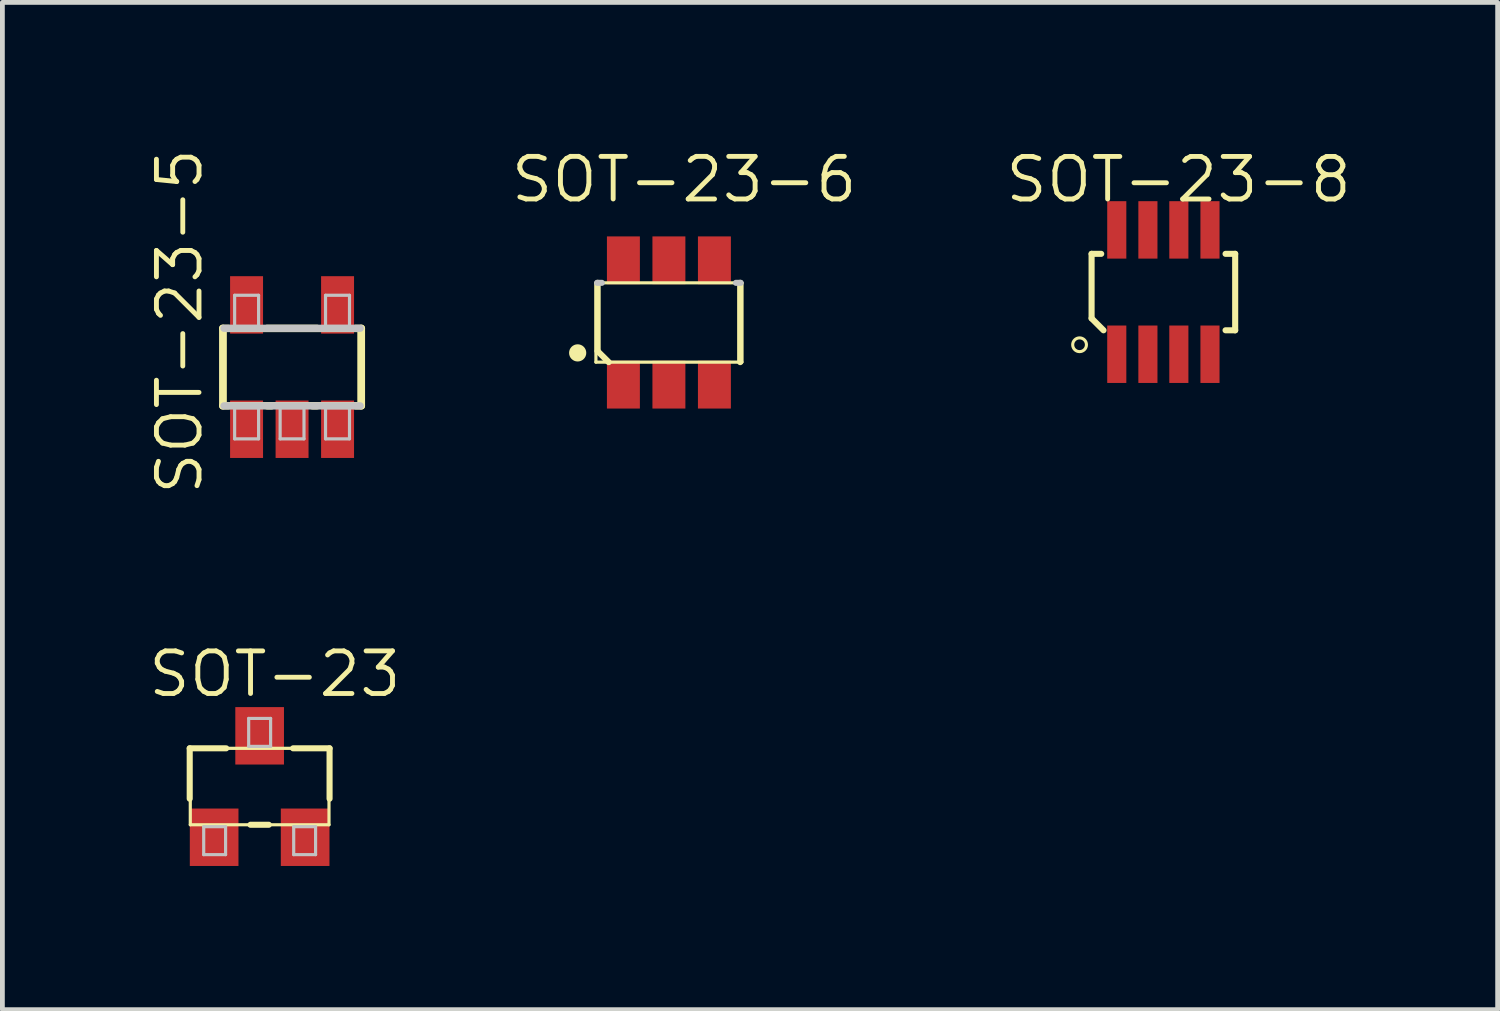
<source format=kicad_pcb>
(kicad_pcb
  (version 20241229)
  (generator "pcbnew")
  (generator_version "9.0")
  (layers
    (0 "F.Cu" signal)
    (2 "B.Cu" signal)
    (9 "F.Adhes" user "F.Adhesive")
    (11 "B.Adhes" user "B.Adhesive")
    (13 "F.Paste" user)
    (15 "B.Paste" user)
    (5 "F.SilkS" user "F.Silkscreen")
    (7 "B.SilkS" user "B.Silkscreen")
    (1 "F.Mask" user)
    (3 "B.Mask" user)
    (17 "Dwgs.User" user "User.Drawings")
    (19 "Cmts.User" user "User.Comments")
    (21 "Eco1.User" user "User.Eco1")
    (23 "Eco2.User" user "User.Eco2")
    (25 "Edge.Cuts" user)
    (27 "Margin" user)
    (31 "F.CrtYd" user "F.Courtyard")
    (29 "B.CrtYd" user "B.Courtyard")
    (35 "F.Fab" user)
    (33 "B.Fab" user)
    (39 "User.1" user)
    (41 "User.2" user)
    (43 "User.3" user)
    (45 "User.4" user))
  (footprint "SOT-23-6"
    (layer "F.Cu")
    (at 10.916 3.683)
    (property "Reference" "SOT-23-6" (at 0.318 -2.985 0) (layer "F.SilkS") (effects (font (size 0.889 0.889) (thickness 0.102))))
    (attr smd)
    (fp_line (start -1.524 -0.828) (end 1.524 -0.828) (stroke (width 0.066) (type solid)) (layer "F.SilkS"))
    (fp_line (start -1.524 0.828) (end -1.524 -0.828) (stroke (width 0.066) (type solid)) (layer "F.SilkS"))
    (fp_line (start -1.524 0.828) (end 1.524 0.828) (stroke (width 0.066) (type solid)) (layer "F.SilkS"))
    (fp_line (start -1.488 0.599) (end -1.488 -0.828) (stroke (width 0.127) (type solid)) (layer "F.SilkS"))
    (fp_line (start -1.257 0.828) (end -1.488 0.599) (stroke (width 0.127) (type solid)) (layer "F.SilkS"))
    (fp_line (start 1.488 -0.828) (end 1.488 0.828) (stroke (width 0.127) (type solid)) (layer "F.SilkS"))
    (fp_line (start 1.524 0.828) (end 1.524 -0.828) (stroke (width 0.066) (type solid)) (layer "F.SilkS"))
    (fp_circle (center -1.905 0.635) (end -2.032 0.762) (stroke (width 0) (type solid)) (fill yes) (layer "F.SilkS"))
    (fp_line (start -1.499 -0.828) (end -1.4 -0.828) (stroke (width 0.127) (type solid)) (layer "Dwgs.User"))
    (fp_line (start 1.4 -0.828) (end 1.499 -0.828) (stroke (width 0.127) (type solid)) (layer "Dwgs.User"))
    (pad "1" smd rect (at -0.95 1.298 90) (size 0.998 0.688) (layers "F.Cu" "F.Mask" "F.Paste"))
    (pad "2" smd rect (at 0 1.298 90) (size 0.998 0.688) (layers "F.Cu" "F.Mask" "F.Paste"))
    (pad "3" smd rect (at 0.95 1.298 90) (size 0.998 0.688) (layers "F.Cu" "F.Mask" "F.Paste"))
    (pad "4" smd rect (at 0.95 -1.298 90) (size 0.998 0.688) (layers "F.Cu" "F.Mask" "F.Paste"))
    (pad "5" smd rect (at 0 -1.298 90) (size 0.998 0.688) (layers "F.Cu" "F.Mask" "F.Paste"))
    (pad "6" smd rect (at -0.95 -1.298 90) (size 0.998 0.688) (layers "F.Cu" "F.Mask" "F.Paste")))
  (footprint "SOT-23"
    (layer "F.Cu")
    (at 2.371 13.372)
    (property "Reference" "SOT-23" (at 0.318 -2.349 0) (layer "F.SilkS") (effects (font (size 0.889 0.889) (thickness 0.102))))
    (attr smd)
    (fp_line (start -1.46 -0.798) (end -1.46 0.254) (stroke (width 0.127) (type solid)) (layer "F.SilkS"))
    (fp_line (start -1.448 -0.798) (end 1.448 -0.798) (stroke (width 0.066) (type solid)) (layer "F.SilkS"))
    (fp_line (start -1.448 0.798) (end -1.448 -0.798) (stroke (width 0.066) (type solid)) (layer "F.SilkS"))
    (fp_line (start -1.448 0.798) (end 1.448 0.798) (stroke (width 0.066) (type solid)) (layer "F.SilkS"))
    (fp_line (start -0.699 -0.798) (end -1.46 -0.798) (stroke (width 0.127) (type solid)) (layer "F.SilkS"))
    (fp_line (start -0.191 0.798) (end 0.191 0.798) (stroke (width 0.127) (type solid)) (layer "F.SilkS"))
    (fp_line (start 1.448 0.798) (end 1.448 -0.798) (stroke (width 0.066) (type solid)) (layer "F.SilkS"))
    (fp_line (start 1.46 -0.798) (end 0.699 -0.798) (stroke (width 0.127) (type solid)) (layer "F.SilkS"))
    (fp_line (start 1.46 0.254) (end 1.46 -0.798) (stroke (width 0.127) (type solid)) (layer "F.SilkS"))
    (fp_line (start -1.168 0.838) (end -0.711 0.838) (stroke (width 0.066) (type solid)) (layer "Dwgs.User"))
    (fp_line (start -1.168 1.422) (end -1.168 0.838) (stroke (width 0.066) (type solid)) (layer "Dwgs.User"))
    (fp_line (start -1.168 1.422) (end -0.711 1.422) (stroke (width 0.066) (type solid)) (layer "Dwgs.User"))
    (fp_line (start -0.711 1.422) (end -0.711 0.838) (stroke (width 0.066) (type solid)) (layer "Dwgs.User"))
    (fp_line (start -0.229 -1.422) (end 0.229 -1.422) (stroke (width 0.066) (type solid)) (layer "Dwgs.User"))
    (fp_line (start -0.229 -0.838) (end -0.229 -1.422) (stroke (width 0.066) (type solid)) (layer "Dwgs.User"))
    (fp_line (start -0.229 -0.838) (end 0.229 -0.838) (stroke (width 0.066) (type solid)) (layer "Dwgs.User"))
    (fp_line (start 0.229 -0.838) (end 0.229 -1.422) (stroke (width 0.066) (type solid)) (layer "Dwgs.User"))
    (fp_line (start 0.711 0.838) (end 1.168 0.838) (stroke (width 0.066) (type solid)) (layer "Dwgs.User"))
    (fp_line (start 0.711 1.422) (end 0.711 0.838) (stroke (width 0.066) (type solid)) (layer "Dwgs.User"))
    (fp_line (start 0.711 1.422) (end 1.168 1.422) (stroke (width 0.066) (type solid)) (layer "Dwgs.User"))
    (fp_line (start 1.168 1.422) (end 1.168 0.838) (stroke (width 0.066) (type solid)) (layer "Dwgs.User"))
    (pad "1" smd rect (at -0.95 1.059 180) (size 1.016 1.199) (layers "F.Cu" "F.Mask" "F.Paste"))
    (pad "2" smd rect (at 0.95 1.059) (size 1.016 1.199) (layers "F.Cu" "F.Mask" "F.Paste"))
    (pad "3" smd rect (at 0 -1.059) (size 1.016 1.199) (layers "F.Cu" "F.Mask" "F.Paste")))
  (footprint "SOT-23-5"
    (layer "F.Cu")
    (at 3.048 4.614)
    (property "Reference" "SOT-23-5" (at -2.349 -0.953 90) (layer "F.SilkS") (effects (font (size 0.889 0.889) (thickness 0.102))))
    (attr smd)
    (fp_line (start -1.448 -0.81) (end -1.326 -0.81) (stroke (width 0.152) (type solid)) (layer "F.SilkS"))
    (fp_line (start -1.448 0.81) (end -1.448 -0.81) (stroke (width 0.152) (type solid)) (layer "F.SilkS"))
    (fp_line (start -1.397 -0.762) (end 1.397 -0.762) (stroke (width 0.066) (type solid)) (layer "F.SilkS"))
    (fp_line (start -1.397 0.762) (end -1.397 -0.762) (stroke (width 0.066) (type solid)) (layer "F.SilkS"))
    (fp_line (start -1.397 0.762) (end 1.397 0.762) (stroke (width 0.066) (type solid)) (layer "F.SilkS"))
    (fp_line (start -1.326 0.81) (end -1.448 0.81) (stroke (width 0.152) (type solid)) (layer "F.SilkS"))
    (fp_line (start -0.521 -0.81) (end 0.521 -0.81) (stroke (width 0.152) (type solid)) (layer "F.SilkS"))
    (fp_line (start -0.427 0.81) (end -0.521 0.81) (stroke (width 0.152) (type solid)) (layer "F.SilkS"))
    (fp_line (start 0.521 0.81) (end 0.427 0.81) (stroke (width 0.152) (type solid)) (layer "F.SilkS"))
    (fp_line (start 1.326 -0.81) (end 1.448 -0.81) (stroke (width 0.152) (type solid)) (layer "F.SilkS"))
    (fp_line (start 1.397 0.762) (end 1.397 -0.762) (stroke (width 0.066) (type solid)) (layer "F.SilkS"))
    (fp_line (start 1.448 -0.81) (end 1.448 0.81) (stroke (width 0.152) (type solid)) (layer "F.SilkS"))
    (fp_line (start 1.448 0.81) (end 1.326 0.81) (stroke (width 0.152) (type solid)) (layer "F.SilkS"))
    (fp_line (start -1.422 -0.81) (end 1.422 -0.81) (stroke (width 0.152) (type solid)) (layer "Dwgs.User"))
    (fp_line (start -1.199 -1.499) (end -0.699 -1.499) (stroke (width 0.066) (type solid)) (layer "Dwgs.User"))
    (fp_line (start -1.199 -0.848) (end -1.199 -1.499) (stroke (width 0.066) (type solid)) (layer "Dwgs.User"))
    (fp_line (start -1.199 -0.848) (end -0.699 -0.848) (stroke (width 0.066) (type solid)) (layer "Dwgs.User"))
    (fp_line (start -1.199 0.848) (end -0.699 0.848) (stroke (width 0.066) (type solid)) (layer "Dwgs.User"))
    (fp_line (start -1.199 1.499) (end -1.199 0.848) (stroke (width 0.066) (type solid)) (layer "Dwgs.User"))
    (fp_line (start -1.199 1.499) (end -0.699 1.499) (stroke (width 0.066) (type solid)) (layer "Dwgs.User"))
    (fp_line (start -0.699 -0.848) (end -0.699 -1.499) (stroke (width 0.066) (type solid)) (layer "Dwgs.User"))
    (fp_line (start -0.699 1.499) (end -0.699 0.848) (stroke (width 0.066) (type solid)) (layer "Dwgs.User"))
    (fp_line (start -0.249 0.848) (end 0.249 0.848) (stroke (width 0.066) (type solid)) (layer "Dwgs.User"))
    (fp_line (start -0.249 1.499) (end -0.249 0.848) (stroke (width 0.066) (type solid)) (layer "Dwgs.User"))
    (fp_line (start -0.249 1.499) (end 0.249 1.499) (stroke (width 0.066) (type solid)) (layer "Dwgs.User"))
    (fp_line (start 0.249 1.499) (end 0.249 0.848) (stroke (width 0.066) (type solid)) (layer "Dwgs.User"))
    (fp_line (start 0.699 -1.499) (end 1.199 -1.499) (stroke (width 0.066) (type solid)) (layer "Dwgs.User"))
    (fp_line (start 0.699 -0.848) (end 0.699 -1.499) (stroke (width 0.066) (type solid)) (layer "Dwgs.User"))
    (fp_line (start 0.699 -0.848) (end 1.199 -0.848) (stroke (width 0.066) (type solid)) (layer "Dwgs.User"))
    (fp_line (start 0.699 0.848) (end 1.199 0.848) (stroke (width 0.066) (type solid)) (layer "Dwgs.User"))
    (fp_line (start 0.699 1.499) (end 0.699 0.848) (stroke (width 0.066) (type solid)) (layer "Dwgs.User"))
    (fp_line (start 0.699 1.499) (end 1.199 1.499) (stroke (width 0.066) (type solid)) (layer "Dwgs.User"))
    (fp_line (start 1.199 -0.848) (end 1.199 -1.499) (stroke (width 0.066) (type solid)) (layer "Dwgs.User"))
    (fp_line (start 1.199 1.499) (end 1.199 0.848) (stroke (width 0.066) (type solid)) (layer "Dwgs.User"))
    (fp_line (start 1.422 0.81) (end -1.422 0.81) (stroke (width 0.152) (type solid)) (layer "Dwgs.User"))
    (pad "1" smd rect (at -0.95 1.298) (size 0.688 1.199) (layers "F.Cu" "F.Mask" "F.Paste"))
    (pad "2" smd rect (at 0 1.298) (size 0.688 1.199) (layers "F.Cu" "F.Mask" "F.Paste"))
    (pad "3" smd rect (at 0.95 1.298) (size 0.688 1.199) (layers "F.Cu" "F.Mask" "F.Paste"))
    (pad "4" smd rect (at 0.95 -1.298) (size 0.688 1.199) (layers "F.Cu" "F.Mask" "F.Paste"))
    (pad "5" smd rect (at -0.95 -1.298) (size 0.688 1.199) (layers "F.Cu" "F.Mask" "F.Paste")))
  (footprint "SOT-23-8"
    (layer "F.Cu")
    (at 21.24 3.048)
    (property "Reference" "SOT-23-8" (at 0.318 -2.349 0) (layer "F.SilkS") (effects (font (size 0.889 0.889) (thickness 0.102))))
    (attr smd)
    (fp_line (start -1.499 -0.798) (end -1.298 -0.798) (stroke (width 0.127) (type solid)) (layer "F.SilkS"))
    (fp_line (start -1.499 0.549) (end -1.499 -0.798) (stroke (width 0.127) (type solid)) (layer "F.SilkS"))
    (fp_line (start -1.25 0.798) (end -1.499 0.549) (stroke (width 0.127) (type solid)) (layer "F.SilkS"))
    (fp_line (start 1.499 -0.798) (end 1.298 -0.798) (stroke (width 0.127) (type solid)) (layer "F.SilkS"))
    (fp_line (start 1.499 -0.798) (end 1.499 0.798) (stroke (width 0.127) (type solid)) (layer "F.SilkS"))
    (fp_line (start 1.499 0.798) (end 1.298 0.798) (stroke (width 0.127) (type solid)) (layer "F.SilkS"))
    (fp_circle (center -1.75 1.1) (end -1.852 1.201) (stroke (width 0.064) (type solid)) (fill no) (layer "F.SilkS"))
    (pad "1" smd rect (at -0.973 1.298 90) (size 1.199 0.399) (layers "F.Cu" "F.Mask" "F.Paste"))
    (pad "2" smd rect (at -0.323 1.298 90) (size 1.199 0.399) (layers "F.Cu" "F.Mask" "F.Paste"))
    (pad "3" smd rect (at 0.323 1.298 90) (size 1.199 0.399) (layers "F.Cu" "F.Mask" "F.Paste"))
    (pad "4" smd rect (at 0.973 1.298 90) (size 1.199 0.399) (layers "F.Cu" "F.Mask" "F.Paste"))
    (pad "5" smd rect (at 0.973 -1.298 90) (size 1.199 0.399) (layers "F.Cu" "F.Mask" "F.Paste"))
    (pad "6" smd rect (at 0.323 -1.298 90) (size 1.199 0.399) (layers "F.Cu" "F.Mask" "F.Paste"))
    (pad "7" smd rect (at -0.323 -1.298 90) (size 1.199 0.399) (layers "F.Cu" "F.Mask" "F.Paste"))
    (pad "8" smd rect (at -0.973 -1.298 90) (size 1.199 0.399) (layers "F.Cu" "F.Mask" "F.Paste")))
  (gr_rect
    (start -3 -3)
    (end 28.219 18.03)
    (stroke (width 0.1) (type default))
    (fill no)
    (layer "Edge.Cuts")))
</source>
